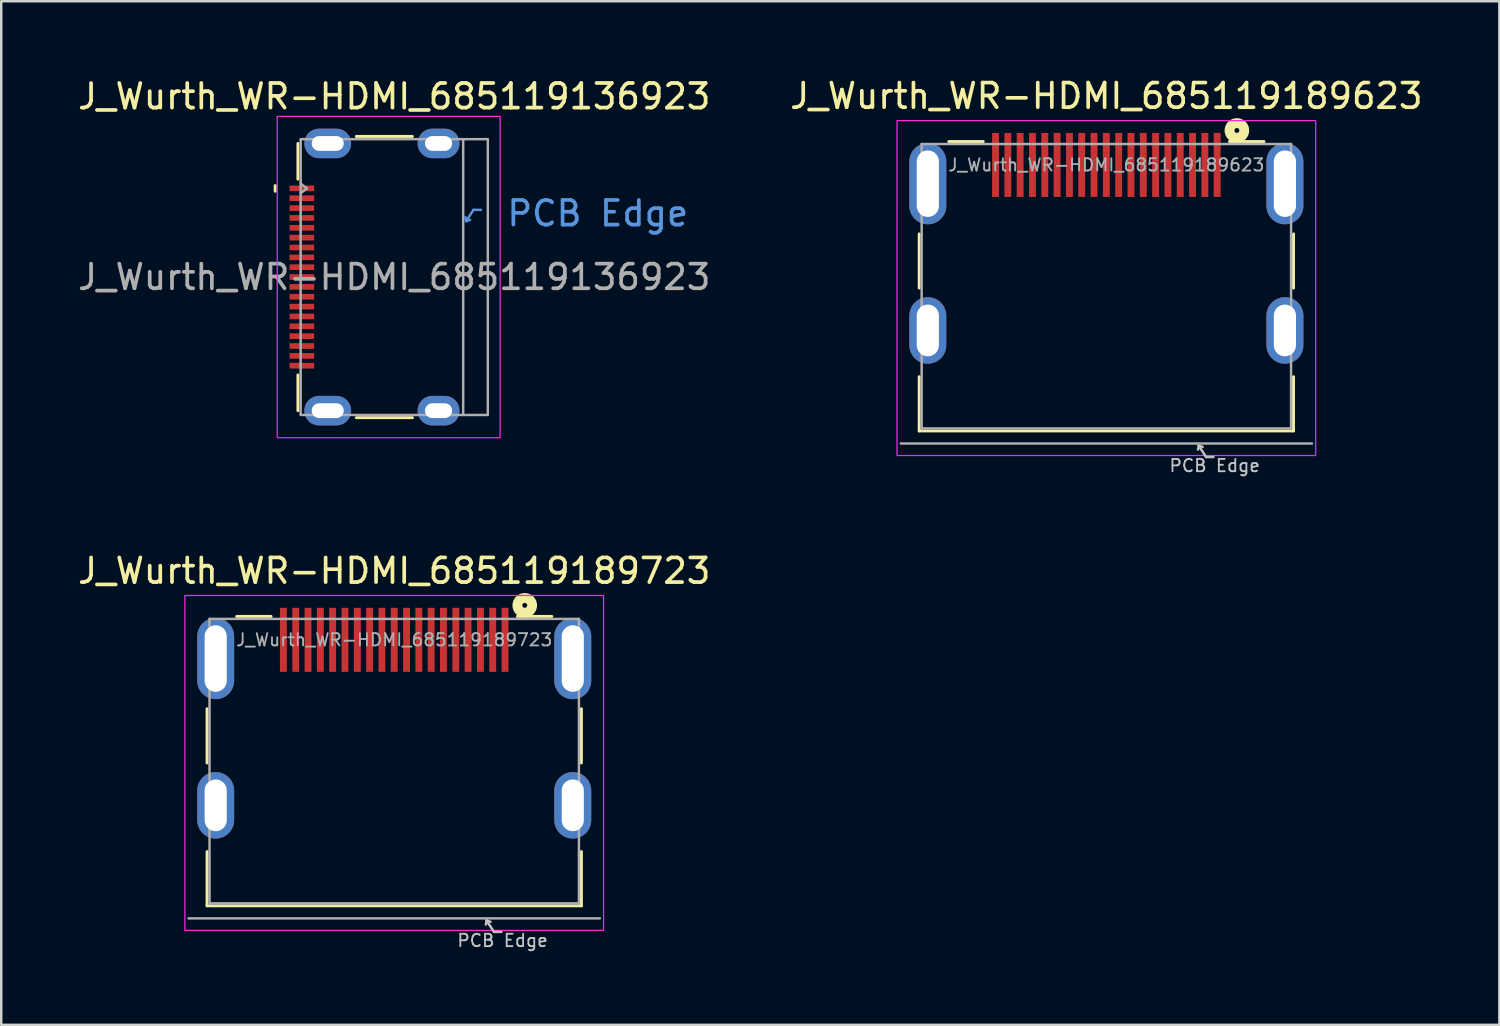
<source format=kicad_pcb>
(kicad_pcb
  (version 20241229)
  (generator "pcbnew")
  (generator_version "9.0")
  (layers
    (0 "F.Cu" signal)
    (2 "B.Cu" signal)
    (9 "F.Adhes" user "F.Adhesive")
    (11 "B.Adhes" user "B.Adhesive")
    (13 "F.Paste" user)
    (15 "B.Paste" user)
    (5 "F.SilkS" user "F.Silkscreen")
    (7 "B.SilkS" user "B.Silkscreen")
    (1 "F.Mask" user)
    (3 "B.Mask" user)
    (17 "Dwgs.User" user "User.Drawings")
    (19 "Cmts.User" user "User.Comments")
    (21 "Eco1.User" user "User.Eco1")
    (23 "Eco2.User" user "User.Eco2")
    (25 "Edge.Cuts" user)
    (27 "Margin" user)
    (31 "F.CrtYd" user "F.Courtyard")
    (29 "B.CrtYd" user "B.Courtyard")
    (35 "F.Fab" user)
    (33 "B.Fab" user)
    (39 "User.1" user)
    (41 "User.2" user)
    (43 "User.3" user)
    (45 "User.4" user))
  (footprint "J_Wurth_WR-HDMI_685119189623"
    (layer "F.Cu")
    (at 41.875 3.648)
    (property "Reference" "J_Wurth_WR-HDMI_685119189623" (at 0 -2.8 0) (unlocked yes) (layer "F.SilkS") (effects (font (size 1 1) (thickness 0.15))))
    (attr smd)
    (fp_line (start -7.6 2.8) (end -7.6 5) (stroke (width 0.12) (type solid)) (layer "F.SilkS"))
    (fp_line (start -7.6 8.6) (end -7.6 10.8) (stroke (width 0.12) (type solid)) (layer "F.SilkS"))
    (fp_line (start -7.6 10.8) (end 7.6 10.8) (stroke (width 0.12) (type solid)) (layer "F.SilkS"))
    (fp_line (start -6.4 -0.95) (end -5 -0.95) (stroke (width 0.12) (type solid)) (layer "F.SilkS"))
    (fp_line (start 5 -0.95) (end 6.4 -0.95) (stroke (width 0.12) (type solid)) (layer "F.SilkS"))
    (fp_line (start 7.6 2.8) (end 7.6 5) (stroke (width 0.12) (type solid)) (layer "F.SilkS"))
    (fp_line (start 7.6 10.8) (end 7.6 8.6) (stroke (width 0.12) (type solid)) (layer "F.SilkS"))
    (fp_circle (center 5.3 -1.4) (end 5.4 -1.4) (stroke (width 0.4) (type solid)) (fill no) (layer "F.SilkS"))
    (fp_line (start 3.75 11.4) (end 3.91 11.45) (stroke (width 0.1) (type solid)) (layer "Dwgs.User"))
    (fp_line (start 3.75 11.41) (end 3.72 11.56) (stroke (width 0.1) (type solid)) (layer "Dwgs.User"))
    (fp_line (start 4.05 11.86) (end 3.75 11.4) (stroke (width 0.1) (type solid)) (layer "Dwgs.User"))
    (fp_line (start 4.35 11.86) (end 4.05 11.86) (stroke (width 0.1) (type solid)) (layer "Dwgs.User"))
    (fp_rect (start -8.5 -1.8) (end 8.5 11.8) (stroke (width 0.05) (type default)) (fill no) (layer "F.CrtYd"))
    (fp_line (start -7.5 -0.85) (end 7.5 -0.85) (stroke (width 0.1) (type solid)) (layer "F.Fab"))
    (fp_line (start -7.5 10.7) (end -7.5 -0.85) (stroke (width 0.1) (type solid)) (layer "F.Fab"))
    (fp_line (start -7.5 10.7) (end 7.5 10.7) (stroke (width 0.1) (type solid)) (layer "F.Fab"))
    (fp_line (start 7.5 -0.85) (end 7.5 10.7) (stroke (width 0.1) (type solid)) (layer "F.Fab"))
    (fp_line (start 8.35 11.31) (end -8.35 11.31) (stroke (width 0.1) (type solid)) (layer "F.Fab"))
    (fp_text user "PCB Edge" (at 4.4 12.21 0) (layer "Dwgs.User") (effects (font (size 0.5 0.5) (thickness 0.075))))
    (fp_text user "${REFERENCE}" (at 0 0 0) (unlocked yes) (layer "F.Fab") (effects (font (size 0.5 0.5) (thickness 0.075))))
    (pad "1" smd rect (at 4.5 0) (size 0.28 2.6) (layers "F.Cu" "F.Mask" "F.Paste"))
    (pad "2" smd rect (at 4 0) (size 0.28 2.6) (layers "F.Cu" "F.Mask" "F.Paste"))
    (pad "3" smd rect (at 3.5 0) (size 0.28 2.6) (layers "F.Cu" "F.Mask" "F.Paste"))
    (pad "4" smd rect (at 3 0) (size 0.28 2.6) (layers "F.Cu" "F.Mask" "F.Paste"))
    (pad "5" smd rect (at 2.5 0) (size 0.28 2.6) (layers "F.Cu" "F.Mask" "F.Paste"))
    (pad "6" smd rect (at 2 0) (size 0.28 2.6) (layers "F.Cu" "F.Mask" "F.Paste"))
    (pad "7" smd rect (at 1.5 0) (size 0.28 2.6) (layers "F.Cu" "F.Mask" "F.Paste"))
    (pad "8" smd rect (at 1 0) (size 0.28 2.6) (layers "F.Cu" "F.Mask" "F.Paste"))
    (pad "9" smd rect (at 0.5 0) (size 0.28 2.6) (layers "F.Cu" "F.Mask" "F.Paste"))
    (pad "10" smd rect (at 0 0) (size 0.28 2.6) (layers "F.Cu" "F.Mask" "F.Paste"))
    (pad "11" smd rect (at -0.5 0) (size 0.28 2.6) (layers "F.Cu" "F.Mask" "F.Paste"))
    (pad "12" smd rect (at -1 0) (size 0.28 2.6) (layers "F.Cu" "F.Mask" "F.Paste"))
    (pad "13" smd rect (at -1.5 0) (size 0.28 2.6) (layers "F.Cu" "F.Mask" "F.Paste"))
    (pad "14" smd rect (at -2 0) (size 0.28 2.6) (layers "F.Cu" "F.Mask" "F.Paste"))
    (pad "15" smd rect (at -2.5 0) (size 0.28 2.6) (layers "F.Cu" "F.Mask" "F.Paste"))
    (pad "16" smd rect (at -3 0) (size 0.28 2.6) (layers "F.Cu" "F.Mask" "F.Paste"))
    (pad "17" smd rect (at -3.5 0) (size 0.28 2.6) (layers "F.Cu" "F.Mask" "F.Paste"))
    (pad "18" smd rect (at -4 0) (size 0.28 2.6) (layers "F.Cu" "F.Mask" "F.Paste"))
    (pad "19" smd rect (at -4.5 0) (size 0.28 2.6) (layers "F.Cu" "F.Mask" "F.Paste"))
    (pad "S1" thru_hole oval (at 7.25 0.76) (size 1.5 3.3) (drill oval 0.9 2.7) (layers "*.Cu" "*.Mask"))
    (pad "S2" thru_hole oval (at -7.25 0.76) (size 1.5 3.3) (drill oval 0.9 2.7) (layers "*.Cu" "*.Mask"))
    (pad "S3" thru_hole oval (at -7.25 6.72) (size 1.5 2.7) (drill oval 0.9 2.1) (layers "*.Cu" "*.Mask"))
    (pad "S4" thru_hole oval (at 7.25 6.72) (size 1.5 2.7) (drill oval 0.9 2.1) (layers "*.Cu" "*.Mask")))
  (footprint "J_Wurth_WR-HDMI_685119136923"
    (layer "F.Cu")
    (at 12.958 8.2)
    (property "Reference" "J_Wurth_WR-HDMI_685119136923" (at 0 -6.75 0) (unlocked yes) (layer "F.SilkS") (effects (font (size 1 1) (thickness 0.15)) (justify bottom)))
    (attr smd)
    (fp_line (start -4.835 -3.485) (end -4.835 -3.715) (stroke (width 0.12) (type solid)) (layer "F.SilkS"))
    (fp_line (start -3.91 -3.975) (end -3.91 -5.425) (stroke (width 0.12) (type solid)) (layer "F.SilkS"))
    (fp_line (start -3.91 3.975) (end -3.91 5.425) (stroke (width 0.12) (type solid)) (layer "F.SilkS"))
    (fp_line (start -1.539 -5.71) (end 0.739 -5.71) (stroke (width 0.12) (type solid)) (layer "F.SilkS"))
    (fp_line (start -1.539 5.71) (end 0.739 5.71) (stroke (width 0.12) (type solid)) (layer "F.SilkS"))
    (fp_line (start 2.92 -2.28) (end 2.89 -2.43) (stroke (width 0.1) (type solid)) (layer "Cmts.User"))
    (fp_line (start 2.92 -2.27) (end 3.08 -2.32) (stroke (width 0.1) (type solid)) (layer "Cmts.User"))
    (fp_line (start 3.22 -2.73) (end 2.92 -2.27) (stroke (width 0.1) (type solid)) (layer "Cmts.User"))
    (fp_line (start 3.52 -2.73) (end 3.22 -2.73) (stroke (width 0.1) (type solid)) (layer "Cmts.User"))
    (fp_rect (start -4.75 -6.525) (end 4.3 6.525) (stroke (width 0.05) (type solid)) (fill no) (layer "F.CrtYd"))
    (fp_line (start -3.8 -3.403) (end -3.55 -3.6) (stroke (width 0.1) (type default)) (layer "F.Fab"))
    (fp_line (start -3.55 -3.6) (end -3.8 -3.797) (stroke (width 0.1) (type default)) (layer "F.Fab"))
    (fp_line (start 2.8 -5.6) (end 2.8 5.6) (stroke (width 0.1) (type solid)) (layer "F.Fab"))
    (fp_rect (start -3.8 -5.6) (end 3.8 5.6) (stroke (width 0.1) (type solid)) (fill no) (layer "F.Fab"))
    (fp_text user "PCB Edge" (at 4.5 -2 0) (unlocked yes) (layer "Cmts.User") (effects (font (size 1 1) (thickness 0.15)) (justify left bottom)))
    (fp_text user "${REFERENCE}" (at 0 0 0) (unlocked yes) (layer "F.Fab") (effects (font (size 1 1) (thickness 0.15))))
    (pad "1" smd rect (at -3.75 -3.6 270) (size 0.23 1) (layers "F.Cu" "F.Mask" "F.Paste"))
    (pad "2" smd rect (at -3.75 -3.2 270) (size 0.23 1) (layers "F.Cu" "F.Mask" "F.Paste"))
    (pad "3" smd rect (at -3.75 -2.8 270) (size 0.23 1) (layers "F.Cu" "F.Mask" "F.Paste"))
    (pad "4" smd rect (at -3.75 -2.4 270) (size 0.23 1) (layers "F.Cu" "F.Mask" "F.Paste"))
    (pad "5" smd rect (at -3.75 -2 270) (size 0.23 1) (layers "F.Cu" "F.Mask" "F.Paste"))
    (pad "6" smd rect (at -3.75 -1.6 270) (size 0.23 1) (layers "F.Cu" "F.Mask" "F.Paste"))
    (pad "7" smd rect (at -3.75 -1.2 270) (size 0.23 1) (layers "F.Cu" "F.Mask" "F.Paste"))
    (pad "8" smd rect (at -3.75 -0.8 270) (size 0.23 1) (layers "F.Cu" "F.Mask" "F.Paste"))
    (pad "9" smd rect (at -3.75 -0.4 270) (size 0.23 1) (layers "F.Cu" "F.Mask" "F.Paste"))
    (pad "10" smd rect (at -3.75 0 270) (size 0.23 1) (layers "F.Cu" "F.Mask" "F.Paste"))
    (pad "11" smd rect (at -3.75 0.4 270) (size 0.23 1) (layers "F.Cu" "F.Mask" "F.Paste"))
    (pad "12" smd rect (at -3.75 0.8 270) (size 0.23 1) (layers "F.Cu" "F.Mask" "F.Paste"))
    (pad "13" smd rect (at -3.75 1.2 270) (size 0.23 1) (layers "F.Cu" "F.Mask" "F.Paste"))
    (pad "14" smd rect (at -3.75 1.6 270) (size 0.23 1) (layers "F.Cu" "F.Mask" "F.Paste"))
    (pad "15" smd rect (at -3.75 2 270) (size 0.23 1) (layers "F.Cu" "F.Mask" "F.Paste"))
    (pad "16" smd rect (at -3.75 2.4 270) (size 0.23 1) (layers "F.Cu" "F.Mask" "F.Paste"))
    (pad "17" smd rect (at -3.75 2.8 270) (size 0.23 1) (layers "F.Cu" "F.Mask" "F.Paste"))
    (pad "18" smd rect (at -3.75 3.2 270) (size 0.23 1) (layers "F.Cu" "F.Mask" "F.Paste"))
    (pad "19" smd rect (at -3.75 3.6 270) (size 0.23 1) (layers "F.Cu" "F.Mask" "F.Paste"))
    (pad "S1" thru_hole oval (at -2.7 -5.425 180) (size 1.9 1.2) (drill oval 1.3 0.6) (layers "*.Cu" "*.Mask"))
    (pad "S2" thru_hole oval (at -2.7 5.425 180) (size 1.9 1.2) (drill oval 1.3 0.6) (layers "*.Cu" "*.Mask"))
    (pad "S3" thru_hole oval (at 1.8 5.425 180) (size 1.7 1.2) (drill oval 1.1 0.6) (layers "*.Cu" "*.Mask"))
    (pad "S4" thru_hole oval (at 1.8 -5.425 180) (size 1.7 1.2) (drill oval 1.1 0.6) (layers "*.Cu" "*.Mask")))
  (footprint "J_Wurth_WR-HDMI_685119189723"
    (layer "F.Cu")
    (at 12.958 22.931)
    (property "Reference" "J_Wurth_WR-HDMI_685119189723" (at 0 -2.8 0) (unlocked yes) (layer "F.SilkS") (effects (font (size 1 1) (thickness 0.15))))
    (attr smd)
    (fp_line (start -7.6 2.8) (end -7.6 5) (stroke (width 0.12) (type solid)) (layer "F.SilkS"))
    (fp_line (start -7.6 8.6) (end -7.6 10.8) (stroke (width 0.12) (type solid)) (layer "F.SilkS"))
    (fp_line (start -7.6 10.8) (end 7.6 10.8) (stroke (width 0.12) (type solid)) (layer "F.SilkS"))
    (fp_line (start -6.4 -0.95) (end -5 -0.95) (stroke (width 0.12) (type solid)) (layer "F.SilkS"))
    (fp_line (start 5 -0.95) (end 6.4 -0.95) (stroke (width 0.12) (type solid)) (layer "F.SilkS"))
    (fp_line (start 7.6 2.8) (end 7.6 5) (stroke (width 0.12) (type solid)) (layer "F.SilkS"))
    (fp_line (start 7.6 10.8) (end 7.6 8.6) (stroke (width 0.12) (type solid)) (layer "F.SilkS"))
    (fp_circle (center 5.3 -1.4) (end 5.4 -1.4) (stroke (width 0.4) (type solid)) (fill no) (layer "F.SilkS"))
    (fp_line (start 3.75 11.4) (end 3.91 11.45) (stroke (width 0.1) (type solid)) (layer "Dwgs.User"))
    (fp_line (start 3.75 11.41) (end 3.72 11.56) (stroke (width 0.1) (type solid)) (layer "Dwgs.User"))
    (fp_line (start 4.05 11.86) (end 3.75 11.4) (stroke (width 0.1) (type solid)) (layer "Dwgs.User"))
    (fp_line (start 4.35 11.86) (end 4.05 11.86) (stroke (width 0.1) (type solid)) (layer "Dwgs.User"))
    (fp_rect (start -8.5 -1.8) (end 8.5 11.8) (stroke (width 0.05) (type default)) (fill no) (layer "F.CrtYd"))
    (fp_line (start -7.5 -0.85) (end 7.5 -0.85) (stroke (width 0.1) (type solid)) (layer "F.Fab"))
    (fp_line (start -7.5 10.7) (end -7.5 -0.85) (stroke (width 0.1) (type solid)) (layer "F.Fab"))
    (fp_line (start -7.5 10.7) (end 7.5 10.7) (stroke (width 0.1) (type solid)) (layer "F.Fab"))
    (fp_line (start 7.5 -0.85) (end 7.5 10.7) (stroke (width 0.1) (type solid)) (layer "F.Fab"))
    (fp_line (start 8.35 11.31) (end -8.35 11.31) (stroke (width 0.1) (type solid)) (layer "F.Fab"))
    (fp_text user "PCB Edge" (at 4.4 12.21 0) (layer "Dwgs.User") (effects (font (size 0.5 0.5) (thickness 0.075))))
    (fp_text user "${REFERENCE}" (at 0 0 0) (unlocked yes) (layer "F.Fab") (effects (font (size 0.5 0.5) (thickness 0.075))))
    (pad "1" smd rect (at 4.5 0) (size 0.28 2.6) (layers "F.Cu" "F.Mask" "F.Paste"))
    (pad "2" smd rect (at 4 0) (size 0.28 2.6) (layers "F.Cu" "F.Mask" "F.Paste"))
    (pad "3" smd rect (at 3.5 0) (size 0.28 2.6) (layers "F.Cu" "F.Mask" "F.Paste"))
    (pad "4" smd rect (at 3 0) (size 0.28 2.6) (layers "F.Cu" "F.Mask" "F.Paste"))
    (pad "5" smd rect (at 2.5 0) (size 0.28 2.6) (layers "F.Cu" "F.Mask" "F.Paste"))
    (pad "6" smd rect (at 2 0) (size 0.28 2.6) (layers "F.Cu" "F.Mask" "F.Paste"))
    (pad "7" smd rect (at 1.5 0) (size 0.28 2.6) (layers "F.Cu" "F.Mask" "F.Paste"))
    (pad "8" smd rect (at 1 0) (size 0.28 2.6) (layers "F.Cu" "F.Mask" "F.Paste"))
    (pad "9" smd rect (at 0.5 0) (size 0.28 2.6) (layers "F.Cu" "F.Mask" "F.Paste"))
    (pad "10" smd rect (at 0 0) (size 0.28 2.6) (layers "F.Cu" "F.Mask" "F.Paste"))
    (pad "11" smd rect (at -0.5 0) (size 0.28 2.6) (layers "F.Cu" "F.Mask" "F.Paste"))
    (pad "12" smd rect (at -1 0) (size 0.28 2.6) (layers "F.Cu" "F.Mask" "F.Paste"))
    (pad "13" smd rect (at -1.5 0) (size 0.28 2.6) (layers "F.Cu" "F.Mask" "F.Paste"))
    (pad "14" smd rect (at -2 0) (size 0.28 2.6) (layers "F.Cu" "F.Mask" "F.Paste"))
    (pad "15" smd rect (at -2.5 0) (size 0.28 2.6) (layers "F.Cu" "F.Mask" "F.Paste"))
    (pad "16" smd rect (at -3 0) (size 0.28 2.6) (layers "F.Cu" "F.Mask" "F.Paste"))
    (pad "17" smd rect (at -3.5 0) (size 0.28 2.6) (layers "F.Cu" "F.Mask" "F.Paste"))
    (pad "18" smd rect (at -4 0) (size 0.28 2.6) (layers "F.Cu" "F.Mask" "F.Paste"))
    (pad "19" smd rect (at -4.5 0) (size 0.28 2.6) (layers "F.Cu" "F.Mask" "F.Paste"))
    (pad "S1" thru_hole oval (at 7.25 0.76) (size 1.5 3.3) (drill oval 0.9 2.7) (layers "*.Cu" "*.Mask"))
    (pad "S2" thru_hole oval (at -7.25 0.76) (size 1.5 3.3) (drill oval 0.9 2.7) (layers "*.Cu" "*.Mask"))
    (pad "S3" thru_hole oval (at -7.25 6.72) (size 1.5 2.7) (drill oval 0.9 2.1) (layers "*.Cu" "*.Mask"))
    (pad "S4" thru_hole oval (at 7.25 6.72) (size 1.5 2.7) (drill oval 0.9 2.1) (layers "*.Cu" "*.Mask")))
  (gr_rect
    (start -3 -3)
    (end 57.833 38.565)
    (stroke (width 0.1) (type default))
    (fill no)
    (layer "Edge.Cuts")))
</source>
